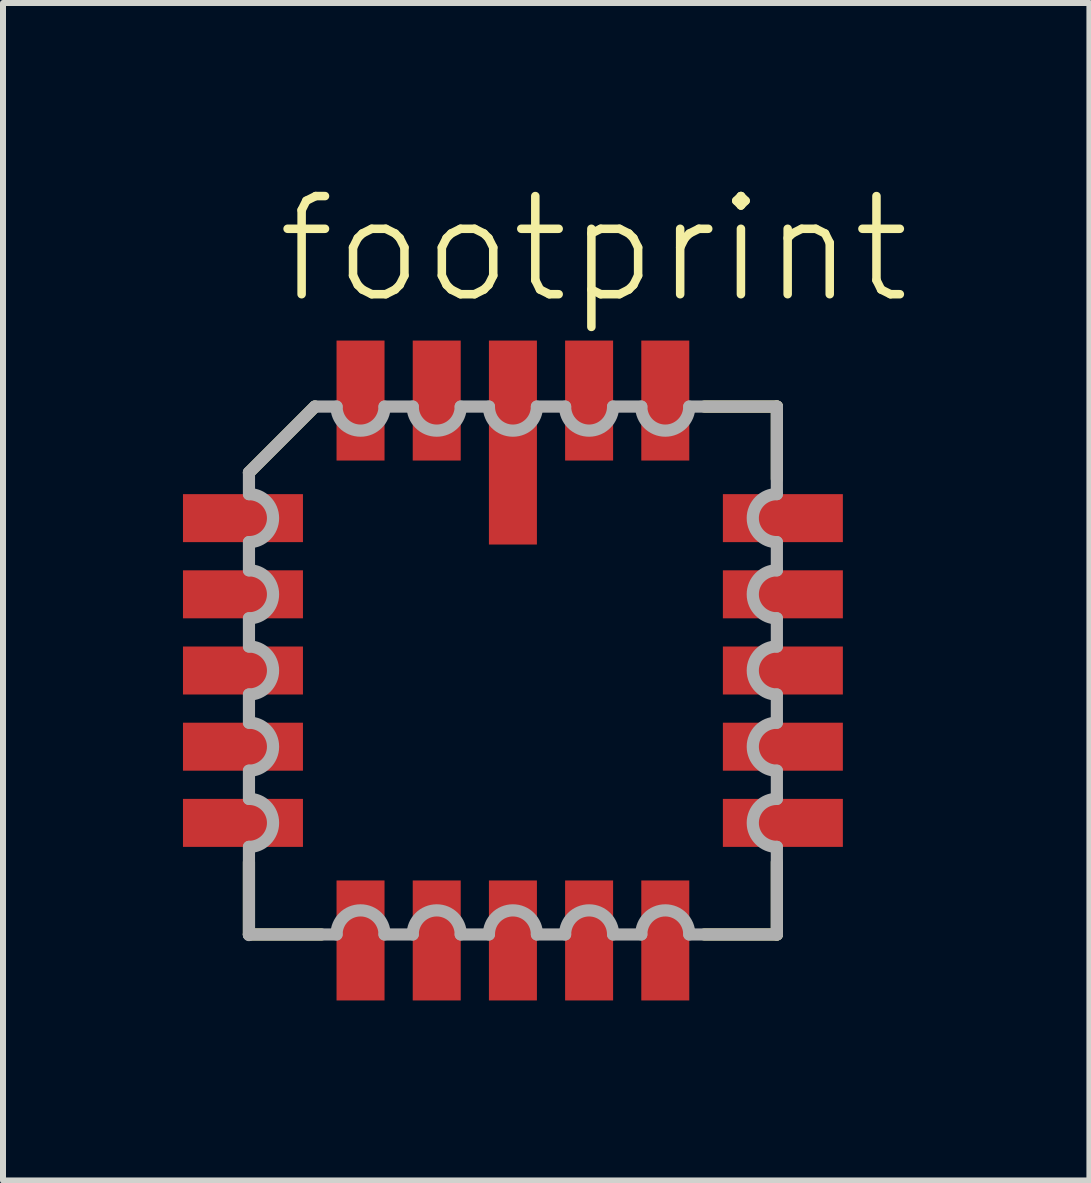
<source format=kicad_pcb>
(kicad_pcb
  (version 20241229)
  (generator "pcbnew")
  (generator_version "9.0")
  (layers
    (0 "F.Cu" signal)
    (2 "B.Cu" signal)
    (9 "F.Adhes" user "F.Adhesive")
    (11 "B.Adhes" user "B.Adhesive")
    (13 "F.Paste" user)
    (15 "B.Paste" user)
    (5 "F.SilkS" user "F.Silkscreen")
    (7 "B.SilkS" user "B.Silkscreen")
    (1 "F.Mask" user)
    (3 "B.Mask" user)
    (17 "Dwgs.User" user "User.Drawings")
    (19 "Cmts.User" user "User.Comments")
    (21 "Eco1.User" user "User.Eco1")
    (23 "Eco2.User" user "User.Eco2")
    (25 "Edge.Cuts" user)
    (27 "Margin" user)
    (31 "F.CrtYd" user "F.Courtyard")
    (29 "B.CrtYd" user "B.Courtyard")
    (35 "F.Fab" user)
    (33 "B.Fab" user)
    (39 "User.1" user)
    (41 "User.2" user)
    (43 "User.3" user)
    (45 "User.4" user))
  (footprint "footprint"
    (layer "F.Cu")
    (at 5.5 8.127)
    (property "Reference" "footprint" (at -4.005 -6.065 0) (layer "F.SilkS") (effects (font (size 1.636 1.636) (thickness 0.142)) (justify left bottom)))
    (fp_line (start -4.4 3.194) (end -4.4 4.4) (stroke (width 0.203) (type solid)) (layer "F.SilkS"))
    (fp_line (start -4.4 4.4) (end -3.194 4.4) (stroke (width 0.203) (type solid)) (layer "F.SilkS"))
    (fp_line (start -3.3 -4.4) (end -4.4 -3.3) (stroke (width 0.203) (type solid)) (layer "F.SilkS"))
    (fp_line (start 3.194 4.4) (end 4.4 4.4) (stroke (width 0.203) (type solid)) (layer "F.SilkS"))
    (fp_line (start 4.4 -4.4) (end 3.194 -4.4) (stroke (width 0.203) (type solid)) (layer "F.SilkS"))
    (fp_line (start 4.4 -3.194) (end 4.4 -4.4) (stroke (width 0.203) (type solid)) (layer "F.SilkS"))
    (fp_line (start 4.4 4.4) (end 4.4 3.194) (stroke (width 0.203) (type solid)) (layer "F.SilkS"))
    (fp_line (start -4.4 -3.3) (end -4.4 -2.94) (stroke (width 0.203) (type solid)) (layer "F.Fab"))
    (fp_line (start -4.4 -2.14) (end -4.4 -1.67) (stroke (width 0.203) (type solid)) (layer "F.Fab"))
    (fp_line (start -4.4 -0.87) (end -4.4 -0.4) (stroke (width 0.203) (type solid)) (layer "F.Fab"))
    (fp_line (start -4.4 0.4) (end -4.4 0.87) (stroke (width 0.203) (type solid)) (layer "F.Fab"))
    (fp_line (start -4.4 1.67) (end -4.4 2.14) (stroke (width 0.203) (type solid)) (layer "F.Fab"))
    (fp_line (start -4.4 2.94) (end -4.4 4.4) (stroke (width 0.203) (type solid)) (layer "F.Fab"))
    (fp_line (start -4.4 4.4) (end -4.4 4.41) (stroke (width 0.203) (type solid)) (layer "F.Fab"))
    (fp_line (start -4.4 4.4) (end -2.94 4.4) (stroke (width 0.203) (type solid)) (layer "F.Fab"))
    (fp_line (start -3.3 -4.4) (end -4.4 -3.3) (stroke (width 0.203) (type solid)) (layer "F.Fab"))
    (fp_line (start -2.94 -4.4) (end -3.3 -4.4) (stroke (width 0.203) (type solid)) (layer "F.Fab"))
    (fp_line (start -2.14 4.4) (end -1.67 4.4) (stroke (width 0.203) (type solid)) (layer "F.Fab"))
    (fp_line (start -1.67 -4.4) (end -2.14 -4.4) (stroke (width 0.203) (type solid)) (layer "F.Fab"))
    (fp_line (start -0.87 4.4) (end -0.4 4.4) (stroke (width 0.203) (type solid)) (layer "F.Fab"))
    (fp_line (start -0.4 -4.4) (end -0.87 -4.4) (stroke (width 0.203) (type solid)) (layer "F.Fab"))
    (fp_line (start 0.4 4.4) (end 0.87 4.4) (stroke (width 0.203) (type solid)) (layer "F.Fab"))
    (fp_line (start 0.87 -4.4) (end 0.4 -4.4) (stroke (width 0.203) (type solid)) (layer "F.Fab"))
    (fp_line (start 1.67 4.4) (end 2.14 4.4) (stroke (width 0.203) (type solid)) (layer "F.Fab"))
    (fp_line (start 2.14 -4.4) (end 1.67 -4.4) (stroke (width 0.203) (type solid)) (layer "F.Fab"))
    (fp_line (start 2.94 4.4) (end 4.4 4.4) (stroke (width 0.203) (type solid)) (layer "F.Fab"))
    (fp_line (start 4.4 -4.4) (end 2.94 -4.4) (stroke (width 0.203) (type solid)) (layer "F.Fab"))
    (fp_line (start 4.4 -2.94) (end 4.4 -4.4) (stroke (width 0.203) (type solid)) (layer "F.Fab"))
    (fp_line (start 4.4 -1.67) (end 4.4 -2.14) (stroke (width 0.203) (type solid)) (layer "F.Fab"))
    (fp_line (start 4.4 -0.4) (end 4.4 -0.87) (stroke (width 0.203) (type solid)) (layer "F.Fab"))
    (fp_line (start 4.4 0.87) (end 4.4 0.4) (stroke (width 0.203) (type solid)) (layer "F.Fab"))
    (fp_line (start 4.4 2.14) (end 4.4 1.67) (stroke (width 0.203) (type solid)) (layer "F.Fab"))
    (fp_line (start 4.4 4.4) (end 4.4 2.94) (stroke (width 0.203) (type solid)) (layer "F.Fab"))
    (fp_arc (start -4.3985 -2.94) (mid -3.9985 -2.54) (end -4.3985 -2.14) (stroke (width 0.2032) (type solid)) (layer "F.Fab"))
    (fp_arc (start -4.3985 -1.67) (mid -3.9985 -1.27) (end -4.3985 -0.87) (stroke (width 0.2032) (type solid)) (layer "F.Fab"))
    (fp_arc (start -4.3985 -0.4001) (mid -3.9984 0) (end -4.3985 0.4001) (stroke (width 0.2032) (type solid)) (layer "F.Fab"))
    (fp_arc (start -4.3985 0.8699) (mid -3.9984 1.27) (end -4.3985 1.6701) (stroke (width 0.2032) (type solid)) (layer "F.Fab"))
    (fp_arc (start -4.3985 2.1399) (mid -3.9984 2.54) (end -4.3985 2.9401) (stroke (width 0.2032) (type solid)) (layer "F.Fab"))
    (fp_arc (start -2.9401 4.3985) (mid -2.54 3.9984) (end -2.1399 4.3985) (stroke (width 0.2032) (type solid)) (layer "F.Fab"))
    (fp_arc (start -2.1399 -4.3985) (mid -2.54 -3.9984) (end -2.9401 -4.3985) (stroke (width 0.2032) (type solid)) (layer "F.Fab"))
    (fp_arc (start -1.6701 4.3985) (mid -1.27 3.9984) (end -0.8699 4.3985) (stroke (width 0.2032) (type solid)) (layer "F.Fab"))
    (fp_arc (start -0.8699 -4.3985) (mid -1.27 -3.9984) (end -1.6701 -4.3985) (stroke (width 0.2032) (type solid)) (layer "F.Fab"))
    (fp_arc (start -0.4001 4.3985) (mid 0 3.9984) (end 0.4001 4.3985) (stroke (width 0.2032) (type solid)) (layer "F.Fab"))
    (fp_arc (start 0.4001 -4.3985) (mid 0 -3.9984) (end -0.4001 -4.3985) (stroke (width 0.2032) (type solid)) (layer "F.Fab"))
    (fp_arc (start 0.87 4.3985) (mid 1.27 3.9985) (end 1.67 4.3985) (stroke (width 0.2032) (type solid)) (layer "F.Fab"))
    (fp_arc (start 1.67 -4.3985) (mid 1.27 -3.9985) (end 0.87 -4.3985) (stroke (width 0.2032) (type solid)) (layer "F.Fab"))
    (fp_arc (start 2.14 4.3985) (mid 2.54 3.9985) (end 2.94 4.3985) (stroke (width 0.2032) (type solid)) (layer "F.Fab"))
    (fp_arc (start 2.94 -4.3985) (mid 2.54 -3.9985) (end 2.14 -4.3985) (stroke (width 0.2032) (type solid)) (layer "F.Fab"))
    (fp_arc (start 4.3985 -2.1399) (mid 3.9984 -2.54) (end 4.3985 -2.9401) (stroke (width 0.2032) (type solid)) (layer "F.Fab"))
    (fp_arc (start 4.3985 -0.8699) (mid 3.9984 -1.27) (end 4.3985 -1.6701) (stroke (width 0.2032) (type solid)) (layer "F.Fab"))
    (fp_arc (start 4.3985 0.4001) (mid 3.9984 0) (end 4.3985 -0.4001) (stroke (width 0.2032) (type solid)) (layer "F.Fab"))
    (fp_arc (start 4.3985 1.67) (mid 3.9985 1.27) (end 4.3985 0.87) (stroke (width 0.2032) (type solid)) (layer "F.Fab"))
    (fp_arc (start 4.3985 2.94) (mid 3.9985 2.54) (end 4.3985 2.14) (stroke (width 0.2032) (type solid)) (layer "F.Fab"))
    (pad "1" smd rect (at 0 -3.8) (size 0.8 3.4) (layers "F.Cu" "F.Mask" "F.Paste"))
    (pad "2" smd rect (at -1.27 -4.5) (size 0.8 2) (layers "F.Cu" "F.Mask" "F.Paste"))
    (pad "3" smd rect (at -2.54 -4.5) (size 0.8 2) (layers "F.Cu" "F.Mask" "F.Paste"))
    (pad "4" smd rect (at -4.5 -2.54) (size 2 0.8) (layers "F.Cu" "F.Mask" "F.Paste"))
    (pad "5" smd rect (at -4.5 -1.27) (size 2 0.8) (layers "F.Cu" "F.Mask" "F.Paste"))
    (pad "6" smd rect (at -4.5 0) (size 2 0.8) (layers "F.Cu" "F.Mask" "F.Paste"))
    (pad "7" smd rect (at -4.5 1.27) (size 2 0.8) (layers "F.Cu" "F.Mask" "F.Paste"))
    (pad "8" smd rect (at -4.5 2.54) (size 2 0.8) (layers "F.Cu" "F.Mask" "F.Paste"))
    (pad "9" smd rect (at -2.54 4.5) (size 0.8 2) (layers "F.Cu" "F.Mask" "F.Paste"))
    (pad "10" smd rect (at -1.27 4.5) (size 0.8 2) (layers "F.Cu" "F.Mask" "F.Paste"))
    (pad "11" smd rect (at 0 4.5) (size 0.8 2) (layers "F.Cu" "F.Mask" "F.Paste"))
    (pad "12" smd rect (at 1.27 4.5) (size 0.8 2) (layers "F.Cu" "F.Mask" "F.Paste"))
    (pad "13" smd rect (at 2.54 4.5) (size 0.8 2) (layers "F.Cu" "F.Mask" "F.Paste"))
    (pad "14" smd rect (at 4.5 2.54) (size 2 0.8) (layers "F.Cu" "F.Mask" "F.Paste"))
    (pad "15" smd rect (at 4.5 1.27) (size 2 0.8) (layers "F.Cu" "F.Mask" "F.Paste"))
    (pad "16" smd rect (at 4.5 0) (size 2 0.8) (layers "F.Cu" "F.Mask" "F.Paste"))
    (pad "17" smd rect (at 4.5 -1.27) (size 2 0.8) (layers "F.Cu" "F.Mask" "F.Paste"))
    (pad "18" smd rect (at 4.5 -2.54) (size 2 0.8) (layers "F.Cu" "F.Mask" "F.Paste"))
    (pad "19" smd rect (at 2.54 -4.5) (size 0.8 2) (layers "F.Cu" "F.Mask" "F.Paste"))
    (pad "20" smd rect (at 1.27 -4.5) (size 0.8 2) (layers "F.Cu" "F.Mask" "F.Paste")))
  (gr_rect
    (start -3 -3)
    (end 15.11 16.628)
    (stroke (width 0.1) (type default))
    (fill no)
    (layer "Edge.Cuts")))
</source>
